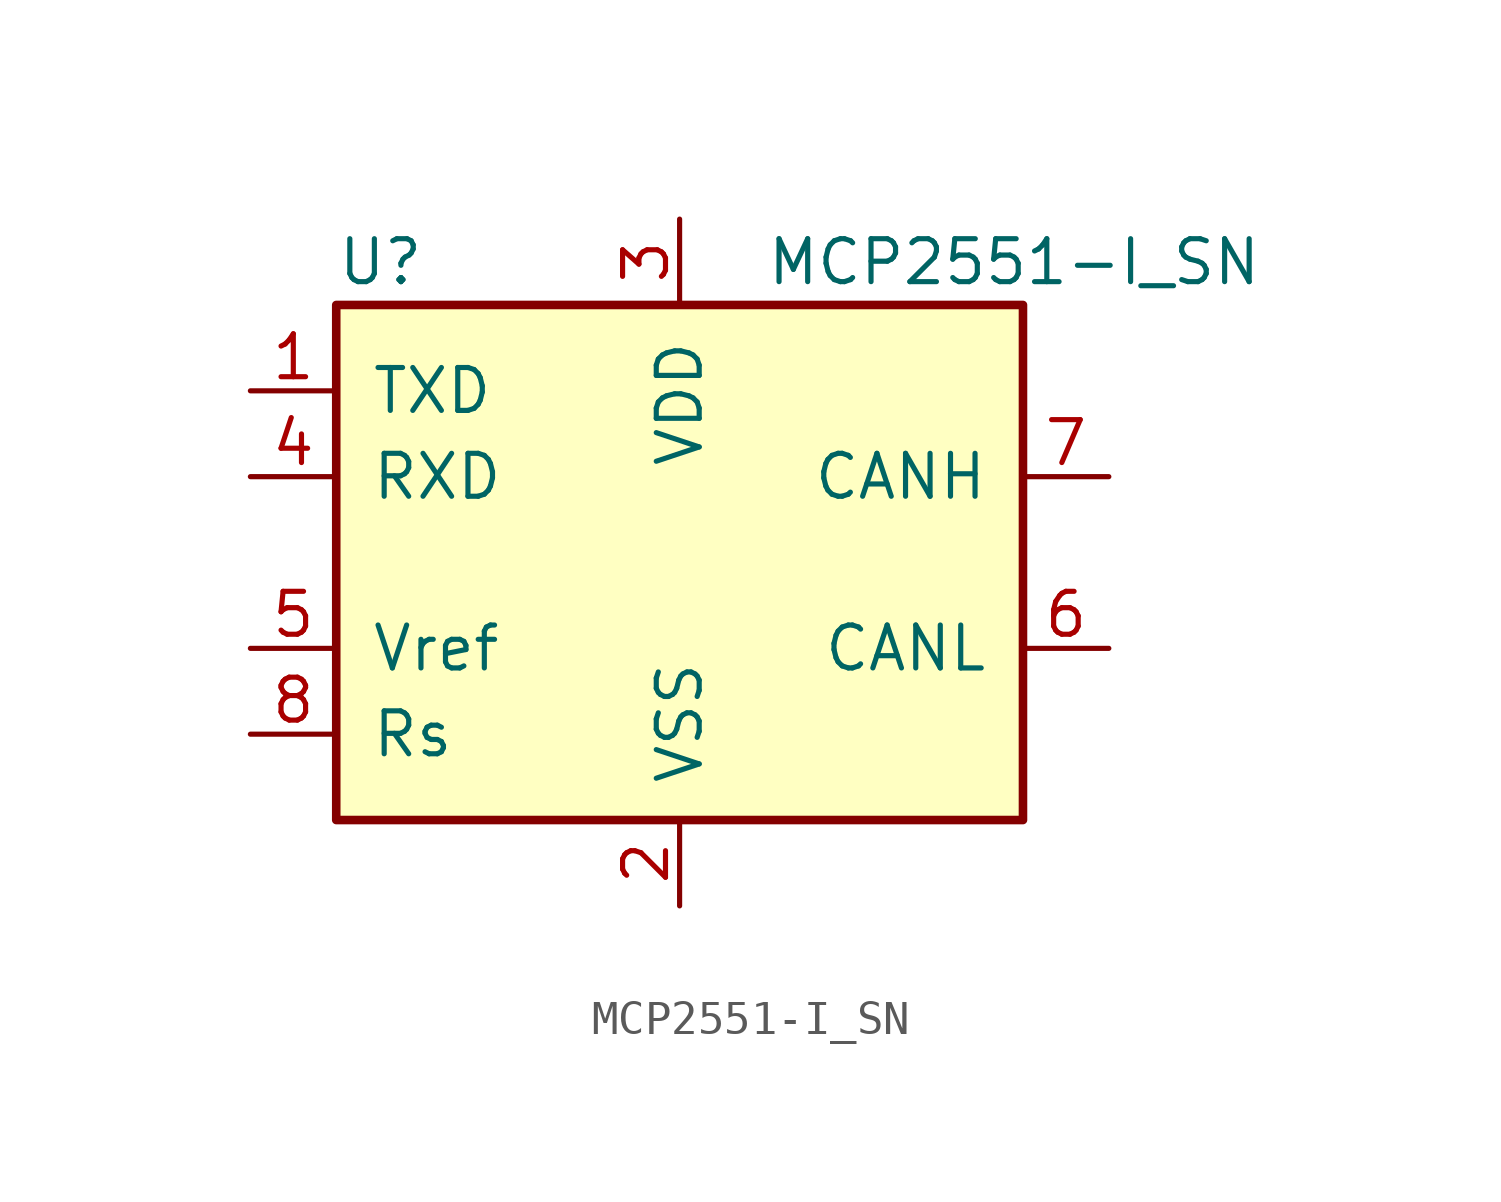
<source format=kicad_sym>
(kicad_symbol_lib
  (version 20211014)
  (generator kicad_symbol_editor)
  (symbol "MCP2551-I_SN"
    (pin_names
      (offset 1.016))
    (property "Reference" "U"
      (at -10.16 8.89 0)
      (effects (font (size 1.27 1.27)) (justify left)))
    (property "Value" "MCP2551-I_SN"
      (at 2.54 8.89 0)
      (effects (font (size 1.27 1.27)) (justify left)))
    (symbol "MCP2551-I_SN_0_1"
      (rectangle (start -10.16 7.62) (end 10.16 -7.62) (stroke (width 0.254) (type default) (color 0 0 0 0)) (fill (type background))))
    (symbol "MCP2551-I_SN_1_1"
      (pin input line (at -12.7 5.08 0) (length 2.54) (name "TXD" (effects (font (size 1.27 1.27)))) (number "1" (effects (font (size 1.27 1.27)))))
      (pin power_in line (at 0 -10.16 90) (length 2.54) (name "VSS" (effects (font (size 1.27 1.27)))) (number "2" (effects (font (size 1.27 1.27)))))
      (pin power_in line (at 0 10.16 270) (length 2.54) (name "VDD" (effects (font (size 1.27 1.27)))) (number "3" (effects (font (size 1.27 1.27)))))
      (pin output line (at -12.7 2.54 0) (length 2.54) (name "RXD" (effects (font (size 1.27 1.27)))) (number "4" (effects (font (size 1.27 1.27)))))
      (pin power_out line (at -12.7 -2.54 0) (length 2.54) (name "Vref" (effects (font (size 1.27 1.27)))) (number "5" (effects (font (size 1.27 1.27)))))
      (pin bidirectional line (at 12.7 -2.54 180) (length 2.54) (name "CANL" (effects (font (size 1.27 1.27)))) (number "6" (effects (font (size 1.27 1.27)))))
      (pin bidirectional line (at 12.7 2.54 180) (length 2.54) (name "CANH" (effects (font (size 1.27 1.27)))) (number "7" (effects (font (size 1.27 1.27)))))
      (pin input line (at -12.7 -5.08 0) (length 2.54) (name "Rs" (effects (font (size 1.27 1.27)))) (number "8" (effects (font (size 1.27 1.27))))))))
</source>
